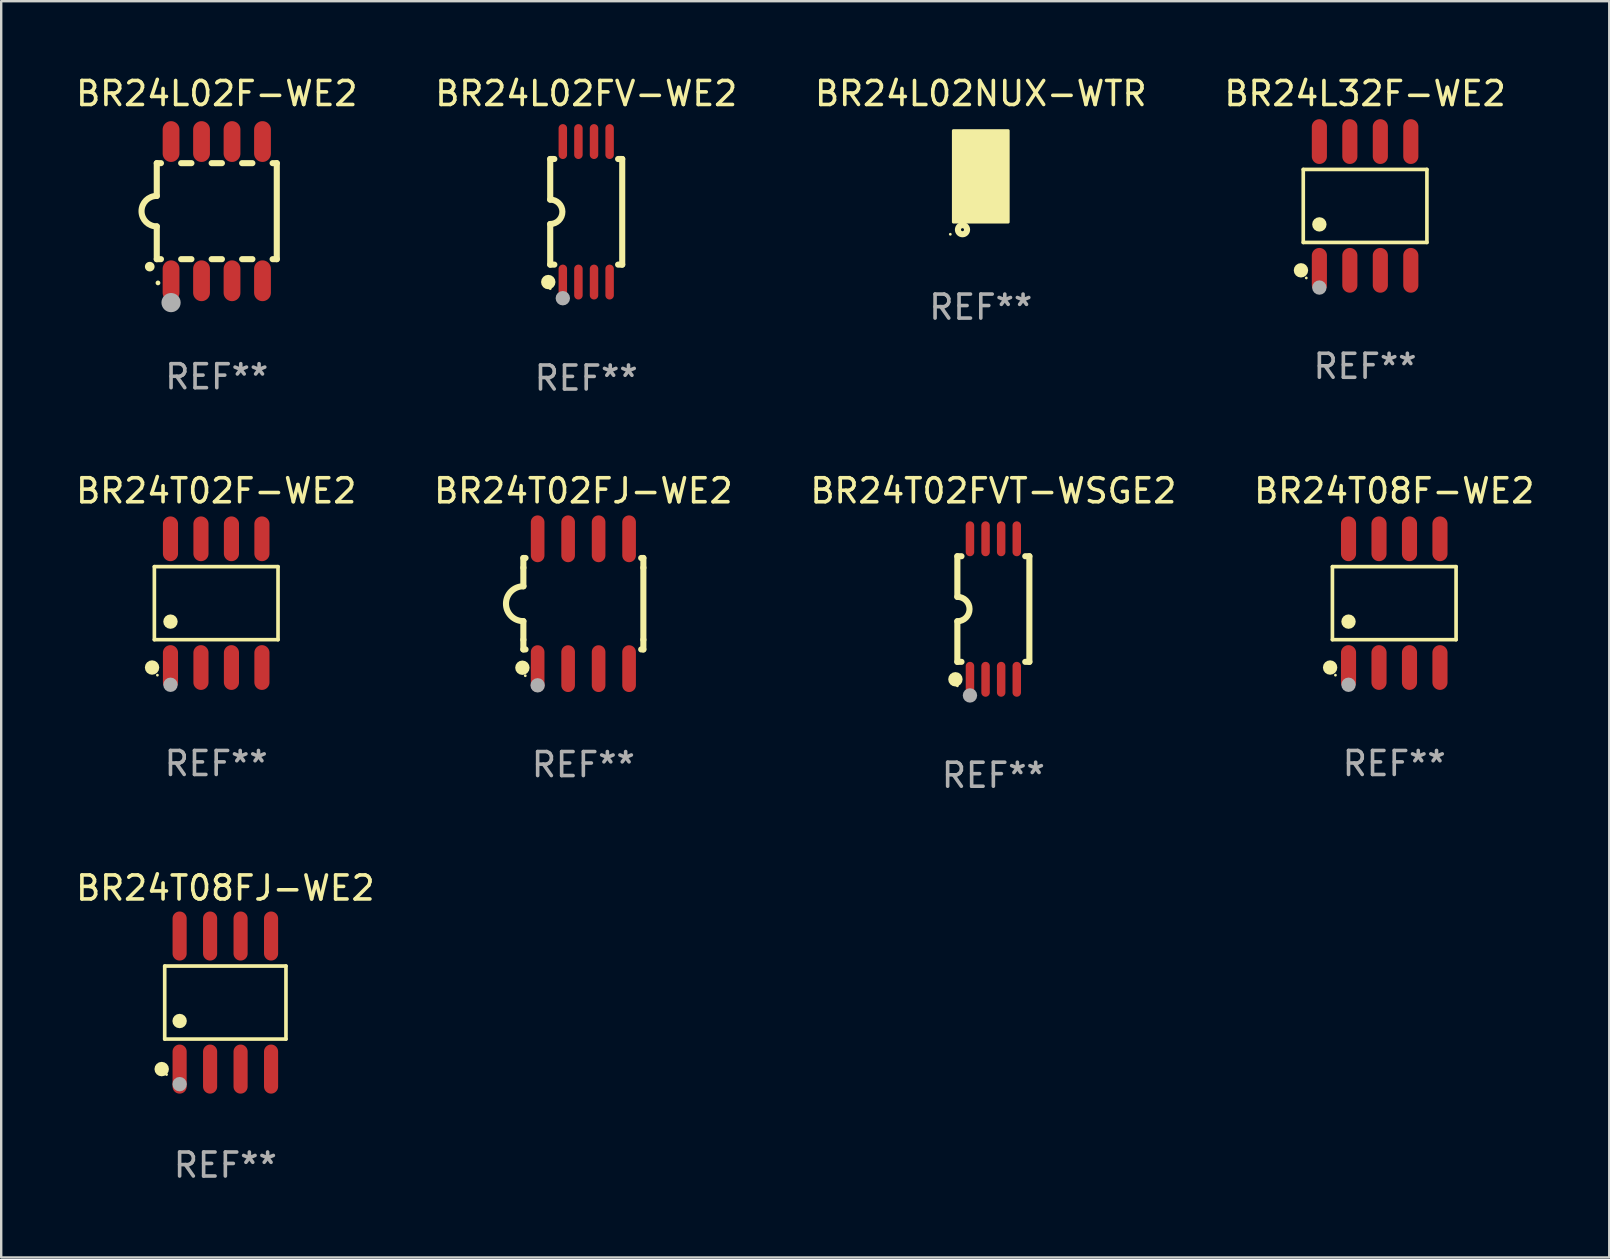
<source format=kicad_pcb>
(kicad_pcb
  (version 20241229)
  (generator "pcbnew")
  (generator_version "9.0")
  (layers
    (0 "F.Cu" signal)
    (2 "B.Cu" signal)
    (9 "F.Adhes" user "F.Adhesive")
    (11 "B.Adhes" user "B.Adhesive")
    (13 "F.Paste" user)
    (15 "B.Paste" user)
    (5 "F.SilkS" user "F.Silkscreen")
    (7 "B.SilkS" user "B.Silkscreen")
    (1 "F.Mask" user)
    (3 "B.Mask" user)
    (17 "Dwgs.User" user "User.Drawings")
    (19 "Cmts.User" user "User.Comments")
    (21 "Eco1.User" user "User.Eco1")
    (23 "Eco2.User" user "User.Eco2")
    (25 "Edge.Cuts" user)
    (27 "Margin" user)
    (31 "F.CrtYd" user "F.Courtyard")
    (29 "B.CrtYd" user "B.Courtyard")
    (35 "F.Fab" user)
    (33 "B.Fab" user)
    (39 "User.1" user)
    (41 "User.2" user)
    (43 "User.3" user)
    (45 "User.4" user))
  (footprint "BR24L32F-WE2"
    (layer "F.Cu")
    (at 53.827 5.531)
    (property "Reference" "BR24L32F-WE2" (at 0 -4.682 0) (layer "F.SilkS") (effects (font (size 1 1) (thickness 0.15))))
    (attr through_hole)
    (fp_line (start -2.576 -1.521) (end 2.576 -1.521) (stroke (width 0.152) (type solid)) (layer "F.SilkS"))
    (fp_line (start -2.576 1.521) (end -2.576 -1.521) (stroke (width 0.152) (type solid)) (layer "F.SilkS"))
    (fp_line (start 2.576 -1.521) (end 2.576 1.521) (stroke (width 0.152) (type solid)) (layer "F.SilkS"))
    (fp_line (start 2.576 1.521) (end -2.576 1.521) (stroke (width 0.152) (type solid)) (layer "F.SilkS"))
    (fp_circle (center -2.672 2.682) (end -2.522 2.682) (stroke (width 0.3) (type solid)) (fill no) (layer "F.SilkS"))
    (fp_circle (center -2.45 3) (end -2.42 3) (stroke (width 0.06) (type solid)) (fill no) (layer "F.SilkS"))
    (fp_circle (center -1.905 0.769) (end -1.755 0.769) (stroke (width 0.3) (type solid)) (fill no) (layer "F.SilkS"))
    (fp_circle (center -1.905 3.4) (end -1.755 3.4) (stroke (width 0.3) (type solid)) (fill no) (layer "F.Fab"))
    (fp_text user "REF**" (at 0 6.682 0) (layer "F.Fab") (effects (font (size 1 1) (thickness 0.15))))
    (pad "1" smd oval (at -1.905 2.682) (size 0.63 1.865) (layers "F.Cu" "F.Mask" "F.Paste"))
    (pad "2" smd oval (at -0.635 2.682) (size 0.63 1.865) (layers "F.Cu" "F.Mask" "F.Paste"))
    (pad "3" smd oval (at 0.635 2.682) (size 0.63 1.865) (layers "F.Cu" "F.Mask" "F.Paste"))
    (pad "4" smd oval (at 1.905 2.682) (size 0.63 1.865) (layers "F.Cu" "F.Mask" "F.Paste"))
    (pad "5" smd oval (at 1.905 -2.682) (size 0.63 1.865) (layers "F.Cu" "F.Mask" "F.Paste"))
    (pad "6" smd oval (at 0.635 -2.682) (size 0.63 1.865) (layers "F.Cu" "F.Mask" "F.Paste"))
    (pad "7" smd oval (at -0.635 -2.682) (size 0.63 1.865) (layers "F.Cu" "F.Mask" "F.Paste"))
    (pad "8" smd oval (at -1.905 -2.682) (size 0.63 1.865) (layers "F.Cu" "F.Mask" "F.Paste")))
  (footprint "BR24L02F-WE2"
    (layer "F.Cu")
    (at 5.982 5.748)
    (property "Reference" "BR24L02F-WE2" (at 0 -4.9 0) (layer "F.SilkS") (effects (font (size 1 1) (thickness 0.15))))
    (attr through_hole)
    (fp_line (start -2.5 -2) (end -2.5 -0.635) (stroke (width 0.254) (type solid)) (layer "F.SilkS"))
    (fp_line (start -2.5 -2) (end -2.326 -2) (stroke (width 0.254) (type solid)) (layer "F.SilkS"))
    (fp_line (start -2.5 2) (end -2.5 0.635) (stroke (width 0.254) (type solid)) (layer "F.SilkS"))
    (fp_line (start -2.5 2) (end -2.326 2) (stroke (width 0.254) (type solid)) (layer "F.SilkS"))
    (fp_line (start -1.484 -2) (end -1.056 -2) (stroke (width 0.254) (type solid)) (layer "F.SilkS"))
    (fp_line (start -1.484 2) (end -1.056 2) (stroke (width 0.254) (type solid)) (layer "F.SilkS"))
    (fp_line (start -0.214 -2) (end 0.214 -2) (stroke (width 0.254) (type solid)) (layer "F.SilkS"))
    (fp_line (start -0.214 2) (end 0.214 2) (stroke (width 0.254) (type solid)) (layer "F.SilkS"))
    (fp_line (start 1.056 -2) (end 1.484 -2) (stroke (width 0.254) (type solid)) (layer "F.SilkS"))
    (fp_line (start 1.056 2) (end 1.484 2) (stroke (width 0.254) (type solid)) (layer "F.SilkS"))
    (fp_line (start 2.326 -2) (end 2.5 -2) (stroke (width 0.254) (type solid)) (layer "F.SilkS"))
    (fp_line (start 2.326 2) (end 2.5 2) (stroke (width 0.254) (type solid)) (layer "F.SilkS"))
    (fp_line (start 2.5 -2) (end 2.5 2) (stroke (width 0.254) (type solid)) (layer "F.SilkS"))
    (fp_arc (start -2.794006 2.311405) (mid -2.792736 2.311401) (end -2.791466 2.311405) (stroke (width 0.4) (type solid)) (layer "F.SilkS"))
    (fp_arc (start -2.5 0.635001) (mid -3.134366 -0.000318) (end -2.499365 -0.635001) (stroke (width 0.254001) (type solid)) (layer "F.SilkS"))
    (fp_circle (center -2.45 2.99) (end -2.4 2.99) (stroke (width 0.1) (type solid)) (fill no) (layer "F.SilkS"))
    (fp_circle (center -1.905 3.81) (end -1.705 3.81) (stroke (width 0.4) (type solid)) (fill no) (layer "F.Fab"))
    (fp_text user "REF**" (at 0 6.9 0) (layer "F.Fab") (effects (font (size 1 1) (thickness 0.15))))
    (pad "1" smd oval (at -1.905 2.9 180) (size 0.7 1.7) (layers "F.Cu" "F.Mask" "F.Paste"))
    (pad "2" smd oval (at -0.635 2.9 180) (size 0.7 1.7) (layers "F.Cu" "F.Mask" "F.Paste"))
    (pad "3" smd oval (at 0.635 2.9 180) (size 0.7 1.7) (layers "F.Cu" "F.Mask" "F.Paste"))
    (pad "4" smd oval (at 1.905 2.9 180) (size 0.7 1.7) (layers "F.Cu" "F.Mask" "F.Paste"))
    (pad "5" smd oval (at 1.905 -2.9 180) (size 0.7 1.7) (layers "F.Cu" "F.Mask" "F.Paste"))
    (pad "6" smd oval (at 0.635 -2.9 180) (size 0.7 1.7) (layers "F.Cu" "F.Mask" "F.Paste"))
    (pad "7" smd oval (at -0.635 -2.9 180) (size 0.7 1.7) (layers "F.Cu" "F.Mask" "F.Paste"))
    (pad "8" smd oval (at -1.905 -2.9 180) (size 0.7 1.7) (layers "F.Cu" "F.Mask" "F.Paste")))
  (footprint "BR24L02NUX-WTR"
    (layer "F.Cu")
    (at 37.815 4.298)
    (property "Reference" "BR24L02NUX-WTR" (at 0 -3.45 0) (layer "F.SilkS") (effects (font (size 1 1) (thickness 0.15))))
    (attr through_hole)
    (fp_circle (center -1.27 2.413) (end -1.24 2.413) (stroke (width 0.06) (type solid)) (fill no) (layer "F.SilkS"))
    (fp_circle (center -0.762 2.222) (end -0.699 2.222) (stroke (width 0.254) (type solid)) (fill no) (layer "F.SilkS"))
    (fp_poly (pts (xy -1.143 -1.905) (xy 1.143 -1.905) (xy 1.143 1.905) (xy -1.143 1.905)) (stroke (width 0.12) (type solid)) (fill yes) (layer "F.SilkS"))
    (fp_text user "REF**" (at 0 5.45 0) (layer "F.Fab") (effects (font (size 1 1) (thickness 0.15))))
    (pad "1" smd rect (at -0.75 1.45) (size 0.25 0.5) (layers "F.Cu" "F.Mask" "F.Paste"))
    (pad "2" smd rect (at -0.25 1.45) (size 0.25 0.5) (layers "F.Cu" "F.Mask" "F.Paste"))
    (pad "3" smd rect (at 0.25 1.45) (size 0.25 0.5) (layers "F.Cu" "F.Mask" "F.Paste"))
    (pad "4" smd rect (at 0.75 1.45) (size 0.25 0.5) (layers "F.Cu" "F.Mask" "F.Paste"))
    (pad "5" smd rect (at 0.75 -1.45) (size 0.25 0.5) (layers "F.Cu" "F.Mask" "F.Paste"))
    (pad "6" smd rect (at 0.25 -1.45) (size 0.25 0.5) (layers "F.Cu" "F.Mask" "F.Paste"))
    (pad "7" smd rect (at -0.25 -1.45) (size 0.25 0.5) (layers "F.Cu" "F.Mask" "F.Paste"))
    (pad "8" smd rect (at -0.75 -1.45) (size 0.25 0.5) (layers "F.Cu" "F.Mask" "F.Paste"))
    (pad "9" smd rect (at 0 -0.000127) (size 1.5 1.6) (layers "F.Cu" "F.Mask" "F.Paste")))
  (footprint "BR24L02FV-WE2"
    (layer "F.Cu")
    (at 21.375 5.775)
    (property "Reference" "BR24L02FV-WE2" (at 0 -4.927 0) (layer "F.SilkS") (effects (font (size 1 1) (thickness 0.15))))
    (attr through_hole)
    (fp_line (start -1.5 -2.2) (end -1.5 -0.508) (stroke (width 0.254) (type solid)) (layer "F.SilkS"))
    (fp_line (start -1.5 -2.2) (end -1.328 -2.2) (stroke (width 0.254) (type solid)) (layer "F.SilkS"))
    (fp_line (start -1.5 2.2) (end -1.5 0.508) (stroke (width 0.254) (type solid)) (layer "F.SilkS"))
    (fp_line (start -1.5 2.2) (end -1.328 2.2) (stroke (width 0.254) (type solid)) (layer "F.SilkS"))
    (fp_line (start 1.328 -2.2) (end 1.5 -2.2) (stroke (width 0.254) (type solid)) (layer "F.SilkS"))
    (fp_line (start 1.328 2.2) (end 1.5 2.2) (stroke (width 0.254) (type solid)) (layer "F.SilkS"))
    (fp_line (start 1.5 -2.2) (end 1.5 2.2) (stroke (width 0.254) (type solid)) (layer "F.SilkS"))
    (fp_arc (start -1.501144 -0.508) (mid -0.993143 -0.000571) (end -1.5 0.508001) (stroke (width 0.254001) (type solid)) (layer "F.SilkS"))
    (fp_circle (center -1.581 2.927) (end -1.431 2.927) (stroke (width 0.3) (type solid)) (fill no) (layer "F.SilkS"))
    (fp_circle (center -1.5 3.2) (end -1.47 3.2) (stroke (width 0.06) (type solid)) (fill no) (layer "F.SilkS"))
    (fp_circle (center -0.975 3.6) (end -0.825 3.6) (stroke (width 0.3) (type solid)) (fill no) (layer "F.Fab"))
    (fp_text user "REF**" (at 0 6.927 0) (layer "F.Fab") (effects (font (size 1 1) (thickness 0.15))))
    (pad "1" smd oval (at -0.975 2.927) (size 0.353 1.454) (layers "F.Cu" "F.Mask" "F.Paste"))
    (pad "2" smd oval (at -0.325 2.927) (size 0.353 1.454) (layers "F.Cu" "F.Mask" "F.Paste"))
    (pad "3" smd oval (at 0.325 2.927) (size 0.353 1.454) (layers "F.Cu" "F.Mask" "F.Paste"))
    (pad "4" smd oval (at 0.975 2.927) (size 0.353 1.454) (layers "F.Cu" "F.Mask" "F.Paste"))
    (pad "5" smd oval (at 0.975 -2.927) (size 0.353 1.454) (layers "F.Cu" "F.Mask" "F.Paste"))
    (pad "6" smd oval (at 0.325 -2.927) (size 0.353 1.454) (layers "F.Cu" "F.Mask" "F.Paste"))
    (pad "7" smd oval (at -0.325 -2.927) (size 0.353 1.454) (layers "F.Cu" "F.Mask" "F.Paste"))
    (pad "8" smd oval (at -0.975 -2.927) (size 0.353 1.454) (layers "F.Cu" "F.Mask" "F.Paste")))
  (footprint "BR24T02FJ-WE2"
    (layer "F.Cu")
    (at 21.256 22.104)
    (property "Reference" "BR24T02FJ-WE2" (at 0 -4.705 0) (layer "F.SilkS") (effects (font (size 1 1) (thickness 0.15))))
    (attr through_hole)
    (fp_line (start -2.5 -1.905) (end -2.409 -1.905) (stroke (width 0.254) (type solid)) (layer "F.SilkS"))
    (fp_line (start -2.5 -1.5) (end -2.5 -1.905) (stroke (width 0.254) (type solid)) (layer "F.SilkS"))
    (fp_line (start -2.5 -1.5) (end -2.5 -0.726) (stroke (width 0.254) (type solid)) (layer "F.SilkS"))
    (fp_line (start -2.5 1.5) (end -2.5 0.727) (stroke (width 0.254) (type solid)) (layer "F.SilkS"))
    (fp_line (start -2.5 1.5) (end -2.5 1.905) (stroke (width 0.254) (type solid)) (layer "F.SilkS"))
    (fp_line (start -2.5 1.905) (end -2.409 1.905) (stroke (width 0.254) (type solid)) (layer "F.SilkS"))
    (fp_line (start 2.5 -1.905) (end 2.409 -1.905) (stroke (width 0.254) (type solid)) (layer "F.SilkS"))
    (fp_line (start 2.5 -1.5) (end 2.5 -1.905) (stroke (width 0.254) (type solid)) (layer "F.SilkS"))
    (fp_line (start 2.5 -1.5) (end 2.5 1.5) (stroke (width 0.254) (type solid)) (layer "F.SilkS"))
    (fp_line (start 2.5 1.5) (end 2.5 1.905) (stroke (width 0.254) (type solid)) (layer "F.SilkS"))
    (fp_line (start 2.5 1.905) (end 2.409 1.905) (stroke (width 0.254) (type solid)) (layer "F.SilkS"))
    (fp_arc (start -2.5 0.726568) (mid -3.220316 -0.0023) (end -2.495097 -0.726289) (stroke (width 0.254001) (type solid)) (layer "F.SilkS"))
    (fp_circle (center -2.54 2.667) (end -2.39 2.667) (stroke (width 0.3) (type solid)) (fill no) (layer "F.SilkS"))
    (fp_circle (center -2.42 3) (end -2.39 3) (stroke (width 0.06) (type solid)) (fill no) (layer "F.SilkS"))
    (fp_circle (center -1.905 3.4) (end -1.755 3.4) (stroke (width 0.3) (type solid)) (fill no) (layer "F.Fab"))
    (fp_text user "REF**" (at 0 6.705 0) (layer "F.Fab") (effects (font (size 1 1) (thickness 0.15))))
    (pad "1" smd oval (at -1.905 2.705) (size 0.568 1.95) (layers "F.Cu" "F.Mask" "F.Paste"))
    (pad "2" smd oval (at -0.635 2.705) (size 0.568 1.95) (layers "F.Cu" "F.Mask" "F.Paste"))
    (pad "3" smd oval (at 0.635 2.705) (size 0.568 1.95) (layers "F.Cu" "F.Mask" "F.Paste"))
    (pad "4" smd oval (at 1.905 2.705) (size 0.568 1.95) (layers "F.Cu" "F.Mask" "F.Paste"))
    (pad "5" smd oval (at 1.905 -2.705) (size 0.568 1.95) (layers "F.Cu" "F.Mask" "F.Paste"))
    (pad "6" smd oval (at 0.635 -2.705) (size 0.568 1.95) (layers "F.Cu" "F.Mask" "F.Paste"))
    (pad "7" smd oval (at -0.635 -2.705) (size 0.568 1.95) (layers "F.Cu" "F.Mask" "F.Paste"))
    (pad "8" smd oval (at -1.905 -2.705) (size 0.568 1.95) (layers "F.Cu" "F.Mask" "F.Paste")))
  (footprint "BR24T02F-WE2"
    (layer "F.Cu")
    (at 5.958 22.081)
    (property "Reference" "BR24T02F-WE2" (at 0 -4.682 0) (layer "F.SilkS") (effects (font (size 1 1) (thickness 0.15))))
    (attr through_hole)
    (fp_line (start -2.576 -1.521) (end 2.576 -1.521) (stroke (width 0.152) (type solid)) (layer "F.SilkS"))
    (fp_line (start -2.576 1.521) (end -2.576 -1.521) (stroke (width 0.152) (type solid)) (layer "F.SilkS"))
    (fp_line (start 2.576 -1.521) (end 2.576 1.521) (stroke (width 0.152) (type solid)) (layer "F.SilkS"))
    (fp_line (start 2.576 1.521) (end -2.576 1.521) (stroke (width 0.152) (type solid)) (layer "F.SilkS"))
    (fp_circle (center -2.672 2.682) (end -2.522 2.682) (stroke (width 0.3) (type solid)) (fill no) (layer "F.SilkS"))
    (fp_circle (center -2.45 3) (end -2.42 3) (stroke (width 0.06) (type solid)) (fill no) (layer "F.SilkS"))
    (fp_circle (center -1.905 0.769) (end -1.755 0.769) (stroke (width 0.3) (type solid)) (fill no) (layer "F.SilkS"))
    (fp_circle (center -1.905 3.4) (end -1.755 3.4) (stroke (width 0.3) (type solid)) (fill no) (layer "F.Fab"))
    (fp_text user "REF**" (at 0 6.682 0) (layer "F.Fab") (effects (font (size 1 1) (thickness 0.15))))
    (pad "1" smd oval (at -1.905 2.682) (size 0.63 1.865) (layers "F.Cu" "F.Mask" "F.Paste"))
    (pad "2" smd oval (at -0.635 2.682) (size 0.63 1.865) (layers "F.Cu" "F.Mask" "F.Paste"))
    (pad "3" smd oval (at 0.635 2.682) (size 0.63 1.865) (layers "F.Cu" "F.Mask" "F.Paste"))
    (pad "4" smd oval (at 1.905 2.682) (size 0.63 1.865) (layers "F.Cu" "F.Mask" "F.Paste"))
    (pad "5" smd oval (at 1.905 -2.682) (size 0.63 1.865) (layers "F.Cu" "F.Mask" "F.Paste"))
    (pad "6" smd oval (at 0.635 -2.682) (size 0.63 1.865) (layers "F.Cu" "F.Mask" "F.Paste"))
    (pad "7" smd oval (at -0.635 -2.682) (size 0.63 1.865) (layers "F.Cu" "F.Mask" "F.Paste"))
    (pad "8" smd oval (at -1.905 -2.682) (size 0.63 1.865) (layers "F.Cu" "F.Mask" "F.Paste")))
  (footprint "BR24T02FVT-WSGE2"
    (layer "F.Cu")
    (at 38.339 22.326)
    (property "Reference" "BR24T02FVT-WSGE2" (at 0 -4.927 0) (layer "F.SilkS") (effects (font (size 1 1) (thickness 0.15))))
    (attr through_hole)
    (fp_line (start -1.5 -2.2) (end -1.5 -0.508) (stroke (width 0.254) (type solid)) (layer "F.SilkS"))
    (fp_line (start -1.5 -2.2) (end -1.328 -2.2) (stroke (width 0.254) (type solid)) (layer "F.SilkS"))
    (fp_line (start -1.5 2.2) (end -1.5 0.508) (stroke (width 0.254) (type solid)) (layer "F.SilkS"))
    (fp_line (start -1.5 2.2) (end -1.328 2.2) (stroke (width 0.254) (type solid)) (layer "F.SilkS"))
    (fp_line (start 1.328 -2.2) (end 1.5 -2.2) (stroke (width 0.254) (type solid)) (layer "F.SilkS"))
    (fp_line (start 1.328 2.2) (end 1.5 2.2) (stroke (width 0.254) (type solid)) (layer "F.SilkS"))
    (fp_line (start 1.5 -2.2) (end 1.5 2.2) (stroke (width 0.254) (type solid)) (layer "F.SilkS"))
    (fp_arc (start -1.501144 -0.508) (mid -0.993143 -0.000571) (end -1.5 0.508001) (stroke (width 0.254001) (type solid)) (layer "F.SilkS"))
    (fp_circle (center -1.581 2.927) (end -1.431 2.927) (stroke (width 0.3) (type solid)) (fill no) (layer "F.SilkS"))
    (fp_circle (center -1.5 3.2) (end -1.47 3.2) (stroke (width 0.06) (type solid)) (fill no) (layer "F.SilkS"))
    (fp_circle (center -0.975 3.6) (end -0.825 3.6) (stroke (width 0.3) (type solid)) (fill no) (layer "F.Fab"))
    (fp_text user "REF**" (at 0 6.927 0) (layer "F.Fab") (effects (font (size 1 1) (thickness 0.15))))
    (pad "1" smd oval (at -0.975 2.927) (size 0.353 1.454) (layers "F.Cu" "F.Mask" "F.Paste"))
    (pad "2" smd oval (at -0.325 2.927) (size 0.353 1.454) (layers "F.Cu" "F.Mask" "F.Paste"))
    (pad "3" smd oval (at 0.325 2.927) (size 0.353 1.454) (layers "F.Cu" "F.Mask" "F.Paste"))
    (pad "4" smd oval (at 0.975 2.927) (size 0.353 1.454) (layers "F.Cu" "F.Mask" "F.Paste"))
    (pad "5" smd oval (at 0.975 -2.927) (size 0.353 1.454) (layers "F.Cu" "F.Mask" "F.Paste"))
    (pad "6" smd oval (at 0.325 -2.927) (size 0.353 1.454) (layers "F.Cu" "F.Mask" "F.Paste"))
    (pad "7" smd oval (at -0.325 -2.927) (size 0.353 1.454) (layers "F.Cu" "F.Mask" "F.Paste"))
    (pad "8" smd oval (at -0.975 -2.927) (size 0.353 1.454) (layers "F.Cu" "F.Mask" "F.Paste")))
  (footprint "BR24T08FJ-WE2"
    (layer "F.Cu")
    (at 6.339 38.722)
    (property "Reference" "BR24T08FJ-WE2" (at 0 -4.772 0) (layer "F.SilkS") (effects (font (size 1 1) (thickness 0.15))))
    (attr through_hole)
    (fp_line (start -2.526 -1.521) (end 2.526 -1.521) (stroke (width 0.152) (type solid)) (layer "F.SilkS"))
    (fp_line (start -2.526 1.521) (end -2.526 -1.521) (stroke (width 0.152) (type solid)) (layer "F.SilkS"))
    (fp_line (start 2.526 -1.521) (end 2.526 1.521) (stroke (width 0.152) (type solid)) (layer "F.SilkS"))
    (fp_line (start 2.526 1.521) (end -2.526 1.521) (stroke (width 0.152) (type solid)) (layer "F.SilkS"))
    (fp_circle (center -2.652 2.772) (end -2.501 2.772) (stroke (width 0.3) (type solid)) (fill no) (layer "F.SilkS"))
    (fp_circle (center -2.45 3) (end -2.42 3) (stroke (width 0.06) (type solid)) (fill no) (layer "F.SilkS"))
    (fp_circle (center -1.905 0.769) (end -1.755 0.769) (stroke (width 0.3) (type solid)) (fill no) (layer "F.SilkS"))
    (fp_circle (center -1.905 3.4) (end -1.755 3.4) (stroke (width 0.3) (type solid)) (fill no) (layer "F.Fab"))
    (fp_text user "REF**" (at 0 6.772 0) (layer "F.Fab") (effects (font (size 1 1) (thickness 0.15))))
    (pad "1" smd oval (at -1.905 2.772) (size 0.588 2.045) (layers "F.Cu" "F.Mask" "F.Paste"))
    (pad "2" smd oval (at -0.635 2.772) (size 0.588 2.045) (layers "F.Cu" "F.Mask" "F.Paste"))
    (pad "3" smd oval (at 0.635 2.772) (size 0.588 2.045) (layers "F.Cu" "F.Mask" "F.Paste"))
    (pad "4" smd oval (at 1.905 2.772) (size 0.588 2.045) (layers "F.Cu" "F.Mask" "F.Paste"))
    (pad "5" smd oval (at 1.905 -2.772) (size 0.588 2.045) (layers "F.Cu" "F.Mask" "F.Paste"))
    (pad "6" smd oval (at 0.635 -2.772) (size 0.588 2.045) (layers "F.Cu" "F.Mask" "F.Paste"))
    (pad "7" smd oval (at -0.635 -2.772) (size 0.588 2.045) (layers "F.Cu" "F.Mask" "F.Paste"))
    (pad "8" smd oval (at -1.905 -2.772) (size 0.588 2.045) (layers "F.Cu" "F.Mask" "F.Paste")))
  (footprint "BR24T08F-WE2"
    (layer "F.Cu")
    (at 55.042 22.081)
    (property "Reference" "BR24T08F-WE2" (at 0 -4.682 0) (layer "F.SilkS") (effects (font (size 1 1) (thickness 0.15))))
    (attr through_hole)
    (fp_line (start -2.576 -1.521) (end 2.576 -1.521) (stroke (width 0.152) (type solid)) (layer "F.SilkS"))
    (fp_line (start -2.576 1.521) (end -2.576 -1.521) (stroke (width 0.152) (type solid)) (layer "F.SilkS"))
    (fp_line (start 2.576 -1.521) (end 2.576 1.521) (stroke (width 0.152) (type solid)) (layer "F.SilkS"))
    (fp_line (start 2.576 1.521) (end -2.576 1.521) (stroke (width 0.152) (type solid)) (layer "F.SilkS"))
    (fp_circle (center -2.672 2.682) (end -2.522 2.682) (stroke (width 0.3) (type solid)) (fill no) (layer "F.SilkS"))
    (fp_circle (center -2.45 3) (end -2.42 3) (stroke (width 0.06) (type solid)) (fill no) (layer "F.SilkS"))
    (fp_circle (center -1.905 0.769) (end -1.755 0.769) (stroke (width 0.3) (type solid)) (fill no) (layer "F.SilkS"))
    (fp_circle (center -1.905 3.4) (end -1.755 3.4) (stroke (width 0.3) (type solid)) (fill no) (layer "F.Fab"))
    (fp_text user "REF**" (at 0 6.682 0) (layer "F.Fab") (effects (font (size 1 1) (thickness 0.15))))
    (pad "1" smd oval (at -1.905 2.682) (size 0.63 1.865) (layers "F.Cu" "F.Mask" "F.Paste"))
    (pad "2" smd oval (at -0.635 2.682) (size 0.63 1.865) (layers "F.Cu" "F.Mask" "F.Paste"))
    (pad "3" smd oval (at 0.635 2.682) (size 0.63 1.865) (layers "F.Cu" "F.Mask" "F.Paste"))
    (pad "4" smd oval (at 1.905 2.682) (size 0.63 1.865) (layers "F.Cu" "F.Mask" "F.Paste"))
    (pad "5" smd oval (at 1.905 -2.682) (size 0.63 1.865) (layers "F.Cu" "F.Mask" "F.Paste"))
    (pad "6" smd oval (at 0.635 -2.682) (size 0.63 1.865) (layers "F.Cu" "F.Mask" "F.Paste"))
    (pad "7" smd oval (at -0.635 -2.682) (size 0.63 1.865) (layers "F.Cu" "F.Mask" "F.Paste"))
    (pad "8" smd oval (at -1.905 -2.682) (size 0.63 1.865) (layers "F.Cu" "F.Mask" "F.Paste")))
  (gr_rect
    (start -3 -3)
    (end 64 49.343)
    (stroke (width 0.1) (type default))
    (fill no)
    (layer "Edge.Cuts")))
</source>
